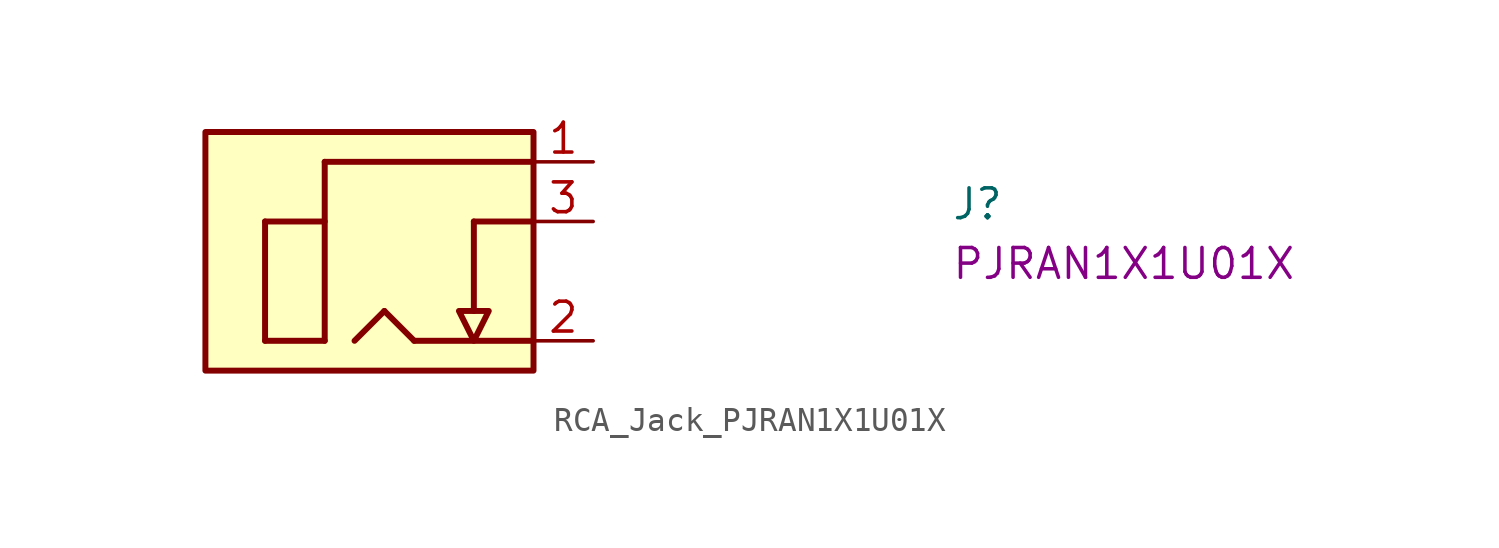
<source format=kicad_sym>
(kicad_symbol_lib
  (version 20220914)
  (generator kicad_symbol_editor)
  (symbol "RCA_Jack_PJRAN1X1U01X"
    (property "Reference" "J"
      (at 15.24 -2.54 0)
      (effects (font (size 1.27 1.27) (thickness 0.15)) (justify left bottom)))
    (property "MPN" "PJRAN1X1U01X"
      (at 15.24 -5.08 0)
      (effects (font (size 1.27 1.27) (thickness 0.15)) (justify left bottom)))
    (symbol "RCA_Jack_PJRAN1X1U01X_1_1"
      (rectangle (start -2.54 1.27) (end -16.51 -8.89) (stroke (width 0.254) (type default)) (fill (type background)))
      (polyline (pts (xy -13.97 -7.62) (xy -13.97 -2.54)) (stroke (width 0.254) (type default)) (fill (type background)))
      (polyline (pts (xy -13.97 -7.62) (xy -11.43 -7.62)) (stroke (width 0.254) (type default)) (fill (type background)))
      (polyline (pts (xy -11.43 -7.62) (xy -11.43 0)) (stroke (width 0.254) (type default)) (fill (type background)))
      (polyline (pts (xy -11.43 -2.54) (xy -13.97 -2.54)) (stroke (width 0.254) (type default)) (fill (type background)))
      (polyline (pts (xy -11.43 0) (xy -2.54 0)) (stroke (width 0.254) (type default)) (fill (type background)))
      (polyline (pts (xy -10.16 -7.62) (xy -8.89 -6.35)) (stroke (width 0.254) (type default)) (fill (type background)))
      (polyline (pts (xy -8.89 -6.35) (xy -7.62 -7.62)) (stroke (width 0.254) (type default)) (fill (type background)))
      (polyline (pts (xy -7.62 -7.62) (xy -2.54 -7.62)) (stroke (width 0.254) (type default)) (fill (type background)))
      (polyline (pts (xy -5.08 -6.35) (xy -5.08 -2.54)) (stroke (width 0.254) (type default)) (fill (type background)))
      (polyline (pts (xy -5.08 -2.54) (xy -2.54 -2.54)) (stroke (width 0.254) (type default)) (fill (type background)))
      (polyline (pts (xy -5.715 -6.35) (xy -5.08 -7.62) (xy -4.445 -6.35) (xy -5.715 -6.35)) (stroke (width 0.254) (type default)) (fill (type background)))
      (pin passive line (at 0 0 180) (length 2.54) (name "~" (effects (font (size 1.27 1.27)))) (number "1" (effects (font (size 1.27 1.27)))))
      (pin passive line (at 0 -7.62 180) (length 2.54) (name "~" (effects (font (size 1.27 1.27)))) (number "2" (effects (font (size 1.27 1.27)))))
      (pin passive line (at 0 -2.54 180) (length 2.54) (name "~" (effects (font (size 1.27 1.27)))) (number "3" (effects (font (size 1.27 1.27))))))))
</source>
